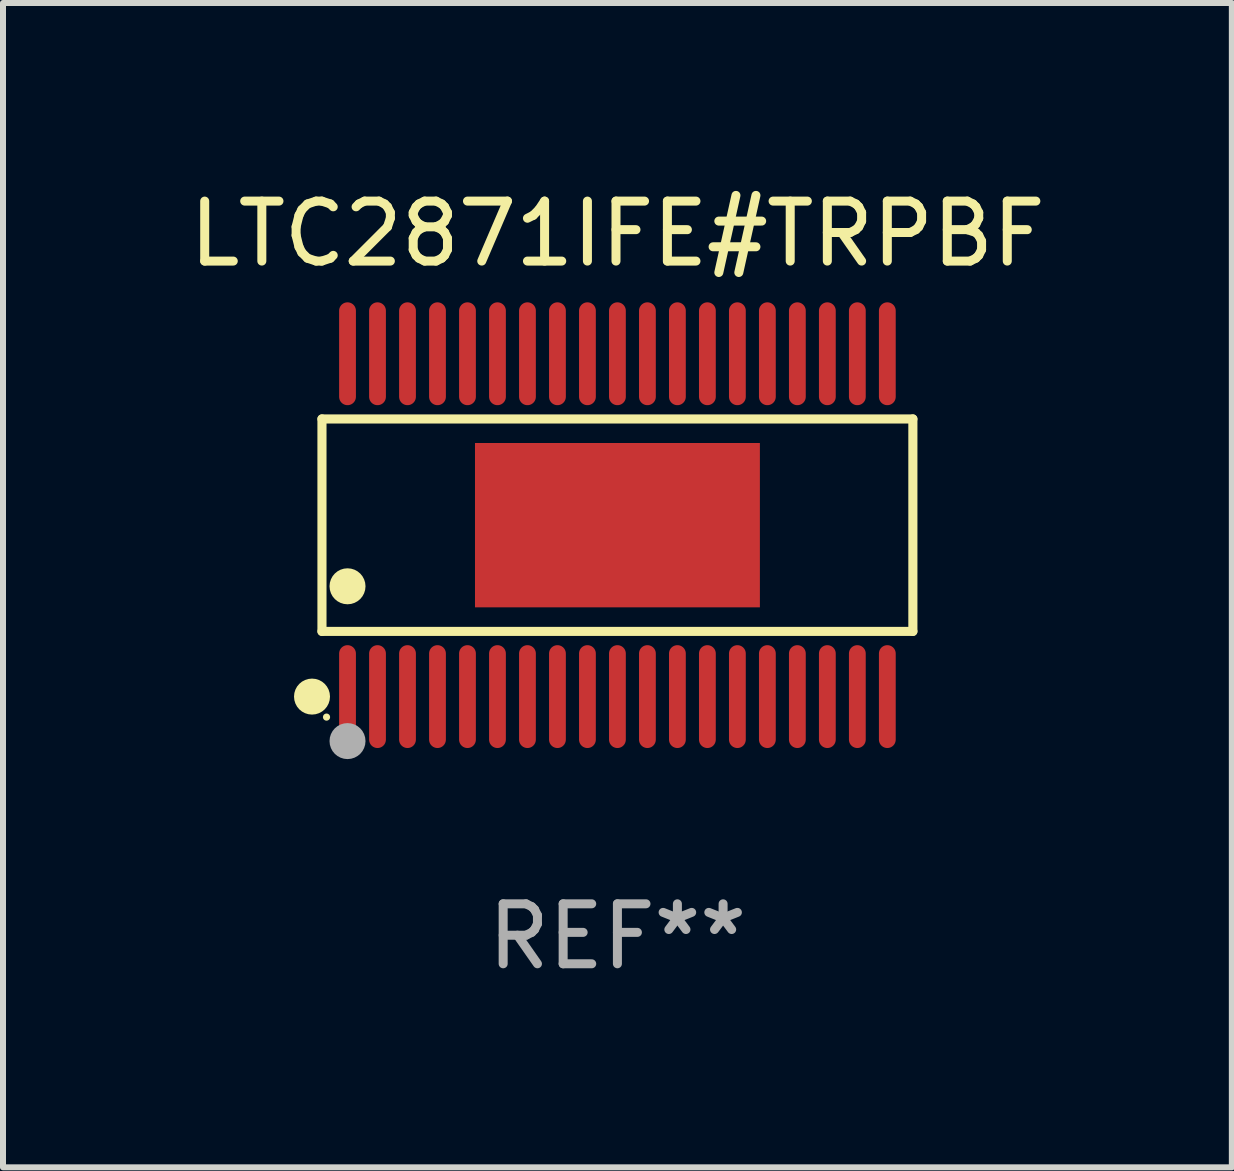
<source format=kicad_pcb>
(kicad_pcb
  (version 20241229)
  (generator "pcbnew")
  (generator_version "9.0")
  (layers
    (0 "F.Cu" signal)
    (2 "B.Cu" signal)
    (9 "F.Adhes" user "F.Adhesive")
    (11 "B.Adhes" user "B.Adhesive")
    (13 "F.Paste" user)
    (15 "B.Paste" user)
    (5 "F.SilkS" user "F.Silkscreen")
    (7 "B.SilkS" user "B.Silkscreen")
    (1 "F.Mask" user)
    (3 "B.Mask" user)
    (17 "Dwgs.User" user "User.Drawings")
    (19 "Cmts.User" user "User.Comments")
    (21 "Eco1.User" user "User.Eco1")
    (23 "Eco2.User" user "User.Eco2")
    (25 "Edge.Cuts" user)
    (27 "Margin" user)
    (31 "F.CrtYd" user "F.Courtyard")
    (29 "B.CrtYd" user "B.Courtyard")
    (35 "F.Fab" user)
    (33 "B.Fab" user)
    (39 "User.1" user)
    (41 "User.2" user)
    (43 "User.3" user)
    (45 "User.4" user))
  (footprint "LTC2871IFE#TRPBF"
    (layer "F.Cu")
    (at 7.244 5.706)
    (property "Reference" "LTC2871IFE#TRPBF" (at 0 -4.858 0) (layer "F.SilkS") (effects (font (size 1 1) (thickness 0.15))))
    (attr through_hole)
    (fp_line (start -4.926 -1.771) (end 4.926 -1.771) (stroke (width 0.152) (type solid)) (layer "F.SilkS"))
    (fp_line (start -4.926 1.771) (end -4.926 -1.771) (stroke (width 0.152) (type solid)) (layer "F.SilkS"))
    (fp_line (start 4.926 -1.771) (end 4.926 1.771) (stroke (width 0.152) (type solid)) (layer "F.SilkS"))
    (fp_line (start 4.926 1.771) (end -4.926 1.771) (stroke (width 0.152) (type solid)) (layer "F.SilkS"))
    (fp_circle (center -5.092 2.858) (end -4.942 2.858) (stroke (width 0.3) (type solid)) (fill no) (layer "F.SilkS"))
    (fp_circle (center -4.85 3.2) (end -4.82 3.2) (stroke (width 0.06) (type solid)) (fill no) (layer "F.SilkS"))
    (fp_circle (center -4.5 1.019) (end -4.35 1.019) (stroke (width 0.3) (type solid)) (fill no) (layer "F.SilkS"))
    (fp_circle (center -4.5 3.6) (end -4.35 3.6) (stroke (width 0.3) (type solid)) (fill no) (layer "F.Fab"))
    (fp_text user "REF**" (at 0 6.858 0) (layer "F.Fab") (effects (font (size 1 1) (thickness 0.15))))
    (pad "1" smd oval (at -4.5 2.858) (size 0.28 1.715) (layers "F.Cu" "F.Mask" "F.Paste"))
    (pad "2" smd oval (at -4 2.858) (size 0.28 1.715) (layers "F.Cu" "F.Mask" "F.Paste"))
    (pad "3" smd oval (at -3.5 2.858) (size 0.28 1.715) (layers "F.Cu" "F.Mask" "F.Paste"))
    (pad "4" smd oval (at -3 2.858) (size 0.28 1.715) (layers "F.Cu" "F.Mask" "F.Paste"))
    (pad "5" smd oval (at -2.5 2.858) (size 0.28 1.715) (layers "F.Cu" "F.Mask" "F.Paste"))
    (pad "6" smd oval (at -2 2.858) (size 0.28 1.715) (layers "F.Cu" "F.Mask" "F.Paste"))
    (pad "7" smd oval (at -1.5 2.858) (size 0.28 1.715) (layers "F.Cu" "F.Mask" "F.Paste"))
    (pad "8" smd oval (at -1 2.858) (size 0.28 1.715) (layers "F.Cu" "F.Mask" "F.Paste"))
    (pad "9" smd oval (at -0.5 2.858) (size 0.28 1.715) (layers "F.Cu" "F.Mask" "F.Paste"))
    (pad "10" smd oval (at 0 2.858) (size 0.28 1.715) (layers "F.Cu" "F.Mask" "F.Paste"))
    (pad "11" smd oval (at 0.5 2.858) (size 0.28 1.715) (layers "F.Cu" "F.Mask" "F.Paste"))
    (pad "12" smd oval (at 1 2.858) (size 0.28 1.715) (layers "F.Cu" "F.Mask" "F.Paste"))
    (pad "13" smd oval (at 1.5 2.858) (size 0.28 1.715) (layers "F.Cu" "F.Mask" "F.Paste"))
    (pad "14" smd oval (at 2 2.858) (size 0.28 1.715) (layers "F.Cu" "F.Mask" "F.Paste"))
    (pad "15" smd oval (at 2.5 2.858) (size 0.28 1.715) (layers "F.Cu" "F.Mask" "F.Paste"))
    (pad "16" smd oval (at 3 2.858) (size 0.28 1.715) (layers "F.Cu" "F.Mask" "F.Paste"))
    (pad "17" smd oval (at 3.5 2.858) (size 0.28 1.715) (layers "F.Cu" "F.Mask" "F.Paste"))
    (pad "18" smd oval (at 4 2.858) (size 0.28 1.715) (layers "F.Cu" "F.Mask" "F.Paste"))
    (pad "19" smd oval (at 4.5 2.858) (size 0.28 1.715) (layers "F.Cu" "F.Mask" "F.Paste"))
    (pad "20" smd oval (at 4.5 -2.858) (size 0.28 1.715) (layers "F.Cu" "F.Mask" "F.Paste"))
    (pad "21" smd oval (at 4 -2.858) (size 0.28 1.715) (layers "F.Cu" "F.Mask" "F.Paste"))
    (pad "22" smd oval (at 3.5 -2.858) (size 0.28 1.715) (layers "F.Cu" "F.Mask" "F.Paste"))
    (pad "23" smd oval (at 3 -2.858) (size 0.28 1.715) (layers "F.Cu" "F.Mask" "F.Paste"))
    (pad "24" smd oval (at 2.5 -2.858) (size 0.28 1.715) (layers "F.Cu" "F.Mask" "F.Paste"))
    (pad "25" smd oval (at 2 -2.858) (size 0.28 1.715) (layers "F.Cu" "F.Mask" "F.Paste"))
    (pad "26" smd oval (at 1.5 -2.858) (size 0.28 1.715) (layers "F.Cu" "F.Mask" "F.Paste"))
    (pad "27" smd oval (at 1 -2.858) (size 0.28 1.715) (layers "F.Cu" "F.Mask" "F.Paste"))
    (pad "28" smd oval (at 0.5 -2.858) (size 0.28 1.715) (layers "F.Cu" "F.Mask" "F.Paste"))
    (pad "29" smd oval (at 0 -2.858) (size 0.28 1.715) (layers "F.Cu" "F.Mask" "F.Paste"))
    (pad "30" smd oval (at -0.5 -2.858) (size 0.28 1.715) (layers "F.Cu" "F.Mask" "F.Paste"))
    (pad "31" smd oval (at -1 -2.858) (size 0.28 1.715) (layers "F.Cu" "F.Mask" "F.Paste"))
    (pad "32" smd oval (at -1.5 -2.858) (size 0.28 1.715) (layers "F.Cu" "F.Mask" "F.Paste"))
    (pad "33" smd oval (at -2 -2.858) (size 0.28 1.715) (layers "F.Cu" "F.Mask" "F.Paste"))
    (pad "34" smd oval (at -2.5 -2.858) (size 0.28 1.715) (layers "F.Cu" "F.Mask" "F.Paste"))
    (pad "35" smd oval (at -3 -2.858) (size 0.28 1.715) (layers "F.Cu" "F.Mask" "F.Paste"))
    (pad "36" smd oval (at -3.5 -2.858) (size 0.28 1.715) (layers "F.Cu" "F.Mask" "F.Paste"))
    (pad "37" smd oval (at -4 -2.858) (size 0.28 1.715) (layers "F.Cu" "F.Mask" "F.Paste"))
    (pad "38" smd oval (at -4.5 -2.858) (size 0.28 1.715) (layers "F.Cu" "F.Mask" "F.Paste"))
    (pad "39" smd rect (at 0.000254 0) (size 4.75 2.74) (layers "F.Cu" "F.Mask" "F.Paste")))
  (gr_rect
    (start -3 -3)
    (end 17.488 16.412)
    (stroke (width 0.1) (type default))
    (fill no)
    (layer "Edge.Cuts")))
</source>
